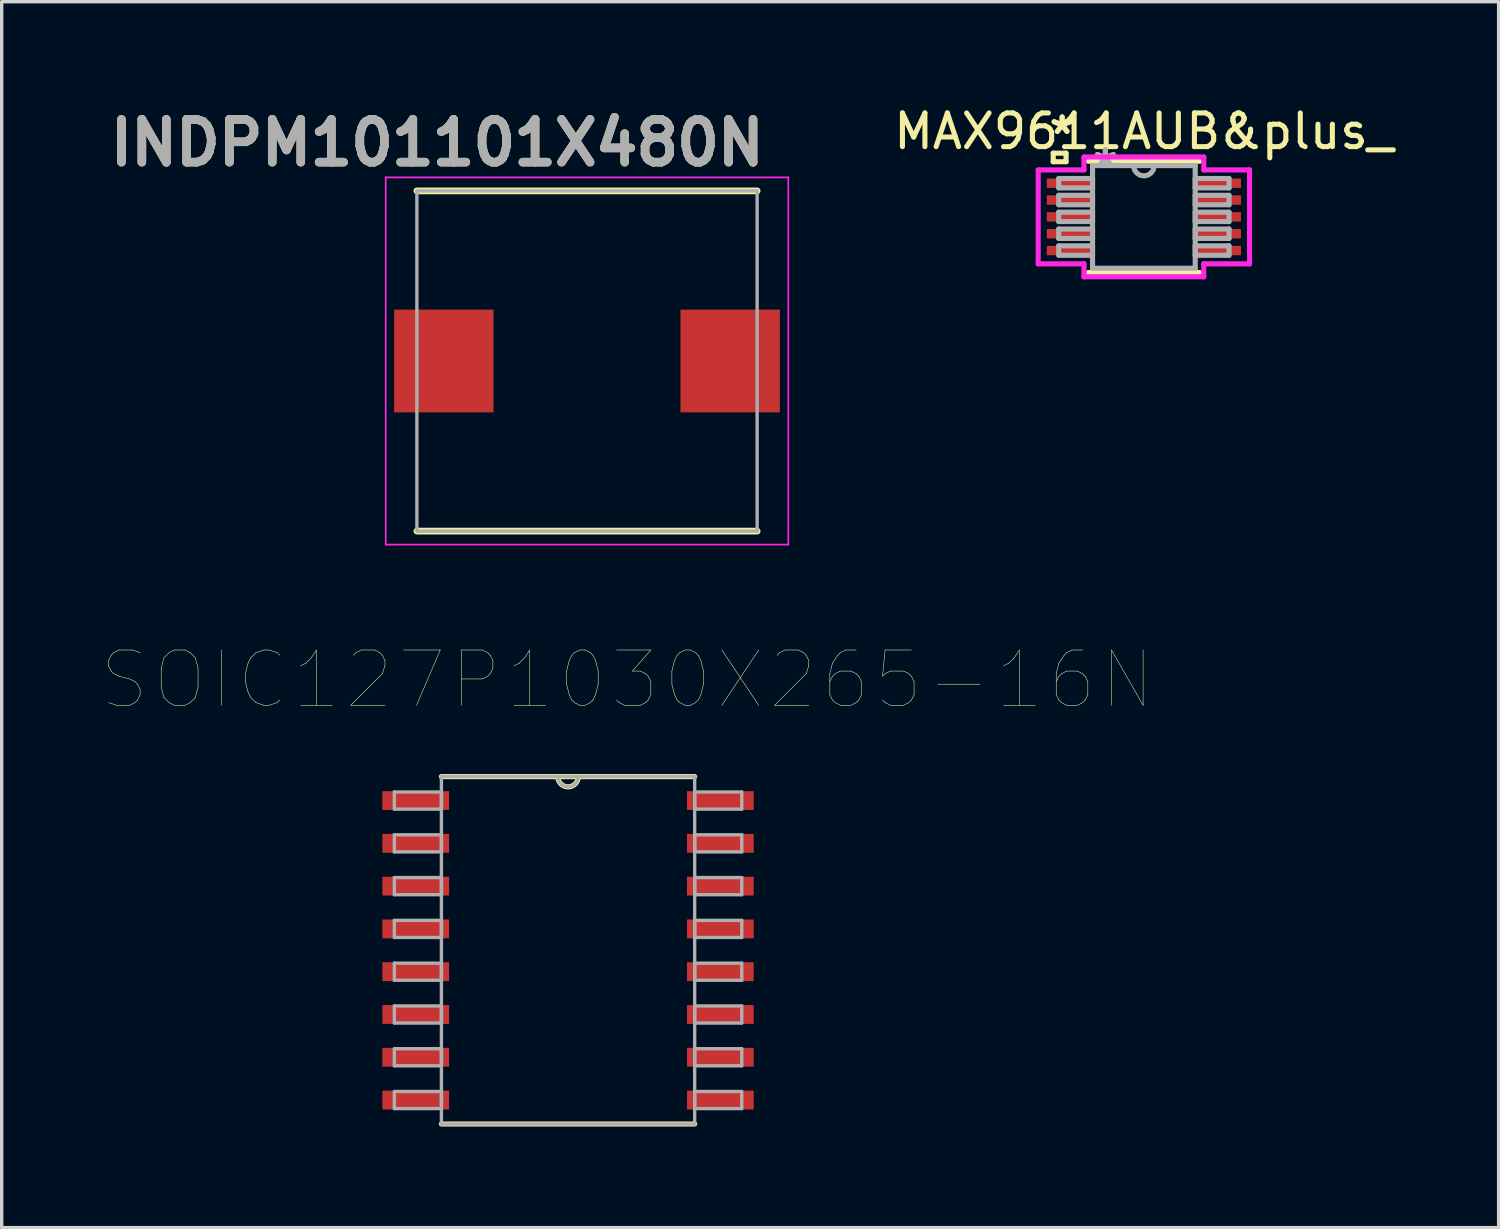
<source format=kicad_pcb>
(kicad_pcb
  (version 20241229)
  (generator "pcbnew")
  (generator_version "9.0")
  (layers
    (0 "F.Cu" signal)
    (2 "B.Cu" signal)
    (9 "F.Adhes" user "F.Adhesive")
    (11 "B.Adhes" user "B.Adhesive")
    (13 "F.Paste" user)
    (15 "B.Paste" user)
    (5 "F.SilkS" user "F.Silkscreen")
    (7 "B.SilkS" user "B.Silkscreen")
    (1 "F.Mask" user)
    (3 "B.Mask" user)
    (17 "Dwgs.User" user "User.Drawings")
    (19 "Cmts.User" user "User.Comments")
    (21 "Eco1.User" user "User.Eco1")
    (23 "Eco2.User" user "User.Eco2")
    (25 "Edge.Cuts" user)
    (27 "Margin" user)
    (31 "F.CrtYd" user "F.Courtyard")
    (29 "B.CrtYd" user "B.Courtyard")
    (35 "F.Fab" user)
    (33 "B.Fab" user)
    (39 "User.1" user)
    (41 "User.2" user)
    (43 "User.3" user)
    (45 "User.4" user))
  (footprint "MAX9611AUB&plus_"
    (layer "F.Cu")
    (at 30.905 3.388)
    (property "Reference" "MAX9611AUB&plus_" (at 0 -2.54 0) (layer "F.SilkS") (effects (font (size 1 1) (thickness 0.15))))
    (attr smd)
    (fp_line (start -2.691 -1.891) (end -2.31 -1.891) (stroke (width 0.152) (type solid)) (layer "F.SilkS"))
    (fp_line (start -2.691 -1.637) (end -2.691 -1.891) (stroke (width 0.152) (type solid)) (layer "F.SilkS"))
    (fp_line (start -2.31 -1.891) (end -2.31 -1.637) (stroke (width 0.152) (type solid)) (layer "F.SilkS"))
    (fp_line (start -2.31 -1.637) (end -2.691 -1.637) (stroke (width 0.152) (type solid)) (layer "F.SilkS"))
    (fp_line (start -1.651 1.651) (end 1.651 1.651) (stroke (width 0.152) (type solid)) (layer "F.SilkS"))
    (fp_line (start 1.651 -1.651) (end -1.651 -1.651) (stroke (width 0.152) (type solid)) (layer "F.SilkS"))
    (fp_line (start -3.137 -1.394) (end -1.778 -1.394) (stroke (width 0.152) (type solid)) (layer "F.CrtYd"))
    (fp_line (start -3.137 1.394) (end -3.137 -1.394) (stroke (width 0.152) (type solid)) (layer "F.CrtYd"))
    (fp_line (start -1.778 -1.778) (end 1.778 -1.778) (stroke (width 0.152) (type solid)) (layer "F.CrtYd"))
    (fp_line (start -1.778 -1.394) (end -1.778 -1.778) (stroke (width 0.152) (type solid)) (layer "F.CrtYd"))
    (fp_line (start -1.778 1.394) (end -3.137 1.394) (stroke (width 0.152) (type solid)) (layer "F.CrtYd"))
    (fp_line (start -1.778 1.778) (end -1.778 1.394) (stroke (width 0.152) (type solid)) (layer "F.CrtYd"))
    (fp_line (start 1.778 -1.778) (end 1.778 -1.394) (stroke (width 0.152) (type solid)) (layer "F.CrtYd"))
    (fp_line (start 1.778 -1.394) (end 3.137 -1.394) (stroke (width 0.152) (type solid)) (layer "F.CrtYd"))
    (fp_line (start 1.778 1.394) (end 1.778 1.778) (stroke (width 0.152) (type solid)) (layer "F.CrtYd"))
    (fp_line (start 1.778 1.778) (end -1.778 1.778) (stroke (width 0.152) (type solid)) (layer "F.CrtYd"))
    (fp_line (start 3.137 -1.394) (end 3.137 1.394) (stroke (width 0.152) (type solid)) (layer "F.CrtYd"))
    (fp_line (start 3.137 1.394) (end 1.778 1.394) (stroke (width 0.152) (type solid)) (layer "F.CrtYd"))
    (fp_line (start -2.527 -1.14) (end -2.527 -0.86) (stroke (width 0.152) (type solid)) (layer "F.Fab"))
    (fp_line (start -2.527 -0.86) (end -1.524 -0.86) (stroke (width 0.152) (type solid)) (layer "F.Fab"))
    (fp_line (start -2.527 -0.64) (end -2.527 -0.36) (stroke (width 0.152) (type solid)) (layer "F.Fab"))
    (fp_line (start -2.527 -0.36) (end -1.524 -0.36) (stroke (width 0.152) (type solid)) (layer "F.Fab"))
    (fp_line (start -2.527 -0.14) (end -2.527 0.14) (stroke (width 0.152) (type solid)) (layer "F.Fab"))
    (fp_line (start -2.527 0.14) (end -1.524 0.14) (stroke (width 0.152) (type solid)) (layer "F.Fab"))
    (fp_line (start -2.527 0.36) (end -2.527 0.64) (stroke (width 0.152) (type solid)) (layer "F.Fab"))
    (fp_line (start -2.527 0.64) (end -1.524 0.64) (stroke (width 0.152) (type solid)) (layer "F.Fab"))
    (fp_line (start -2.527 0.86) (end -2.527 1.14) (stroke (width 0.152) (type solid)) (layer "F.Fab"))
    (fp_line (start -2.527 1.14) (end -1.524 1.14) (stroke (width 0.152) (type solid)) (layer "F.Fab"))
    (fp_line (start -1.524 -1.524) (end -1.524 1.524) (stroke (width 0.152) (type solid)) (layer "F.Fab"))
    (fp_line (start -1.524 -1.14) (end -2.527 -1.14) (stroke (width 0.152) (type solid)) (layer "F.Fab"))
    (fp_line (start -1.524 -0.86) (end -1.524 -1.14) (stroke (width 0.152) (type solid)) (layer "F.Fab"))
    (fp_line (start -1.524 -0.64) (end -2.527 -0.64) (stroke (width 0.152) (type solid)) (layer "F.Fab"))
    (fp_line (start -1.524 -0.36) (end -1.524 -0.64) (stroke (width 0.152) (type solid)) (layer "F.Fab"))
    (fp_line (start -1.524 -0.14) (end -2.527 -0.14) (stroke (width 0.152) (type solid)) (layer "F.Fab"))
    (fp_line (start -1.524 0.14) (end -1.524 -0.14) (stroke (width 0.152) (type solid)) (layer "F.Fab"))
    (fp_line (start -1.524 0.36) (end -2.527 0.36) (stroke (width 0.152) (type solid)) (layer "F.Fab"))
    (fp_line (start -1.524 0.64) (end -1.524 0.36) (stroke (width 0.152) (type solid)) (layer "F.Fab"))
    (fp_line (start -1.524 0.86) (end -2.527 0.86) (stroke (width 0.152) (type solid)) (layer "F.Fab"))
    (fp_line (start -1.524 1.14) (end -1.524 0.86) (stroke (width 0.152) (type solid)) (layer "F.Fab"))
    (fp_line (start -1.524 1.524) (end 1.524 1.524) (stroke (width 0.152) (type solid)) (layer "F.Fab"))
    (fp_line (start 1.524 -1.524) (end -1.524 -1.524) (stroke (width 0.152) (type solid)) (layer "F.Fab"))
    (fp_line (start 1.524 -1.14) (end 1.524 -0.86) (stroke (width 0.152) (type solid)) (layer "F.Fab"))
    (fp_line (start 1.524 -0.86) (end 2.527 -0.86) (stroke (width 0.152) (type solid)) (layer "F.Fab"))
    (fp_line (start 1.524 -0.64) (end 1.524 -0.36) (stroke (width 0.152) (type solid)) (layer "F.Fab"))
    (fp_line (start 1.524 -0.36) (end 2.527 -0.36) (stroke (width 0.152) (type solid)) (layer "F.Fab"))
    (fp_line (start 1.524 -0.14) (end 1.524 0.14) (stroke (width 0.152) (type solid)) (layer "F.Fab"))
    (fp_line (start 1.524 0.14) (end 2.527 0.14) (stroke (width 0.152) (type solid)) (layer "F.Fab"))
    (fp_line (start 1.524 0.36) (end 1.524 0.64) (stroke (width 0.152) (type solid)) (layer "F.Fab"))
    (fp_line (start 1.524 0.64) (end 2.527 0.64) (stroke (width 0.152) (type solid)) (layer "F.Fab"))
    (fp_line (start 1.524 0.86) (end 1.524 1.14) (stroke (width 0.152) (type solid)) (layer "F.Fab"))
    (fp_line (start 1.524 1.14) (end 2.527 1.14) (stroke (width 0.152) (type solid)) (layer "F.Fab"))
    (fp_line (start 1.524 1.524) (end 1.524 -1.524) (stroke (width 0.152) (type solid)) (layer "F.Fab"))
    (fp_line (start 2.527 -1.14) (end 1.524 -1.14) (stroke (width 0.152) (type solid)) (layer "F.Fab"))
    (fp_line (start 2.527 -0.86) (end 2.527 -1.14) (stroke (width 0.152) (type solid)) (layer "F.Fab"))
    (fp_line (start 2.527 -0.64) (end 1.524 -0.64) (stroke (width 0.152) (type solid)) (layer "F.Fab"))
    (fp_line (start 2.527 -0.36) (end 2.527 -0.64) (stroke (width 0.152) (type solid)) (layer "F.Fab"))
    (fp_line (start 2.527 -0.14) (end 1.524 -0.14) (stroke (width 0.152) (type solid)) (layer "F.Fab"))
    (fp_line (start 2.527 0.14) (end 2.527 -0.14) (stroke (width 0.152) (type solid)) (layer "F.Fab"))
    (fp_line (start 2.527 0.36) (end 1.524 0.36) (stroke (width 0.152) (type solid)) (layer "F.Fab"))
    (fp_line (start 2.527 0.64) (end 2.527 0.36) (stroke (width 0.152) (type solid)) (layer "F.Fab"))
    (fp_line (start 2.527 0.86) (end 1.524 0.86) (stroke (width 0.152) (type solid)) (layer "F.Fab"))
    (fp_line (start 2.527 1.14) (end 2.527 0.86) (stroke (width 0.152) (type solid)) (layer "F.Fab"))
    (fp_arc (start 0.3048 -1.524) (mid 0 -1.2192) (end -0.3048 -1.524) (stroke (width 0.1524) (type solid)) (layer "F.Fab"))
    (fp_text user "*" (at -2.426 -2.422 0) (layer "F.SilkS") (effects (font (size 1 1) (thickness 0.15))))
    (fp_text user "*" (at -2.426 -2.422 0) (layer "F.SilkS") (effects (font (size 1 1) (thickness 0.15))))
    (fp_text user "*" (at -1.143 -1.448 0) (layer "F.Fab") (effects (font (size 1 1) (thickness 0.15))))
    (fp_text user "*" (at -1.143 -1.448 0) (layer "F.Fab") (effects (font (size 1 1) (thickness 0.15))))
    (pad "1" smd rect (at -2.172 -1) (size 1.422 0.279) (layers "F.Cu" "F.Mask" "F.Paste"))
    (pad "2" smd rect (at -2.172 -0.5) (size 1.422 0.279) (layers "F.Cu" "F.Mask" "F.Paste"))
    (pad "3" smd rect (at -2.172 0) (size 1.422 0.279) (layers "F.Cu" "F.Mask" "F.Paste"))
    (pad "4" smd rect (at -2.172 0.5) (size 1.422 0.279) (layers "F.Cu" "F.Mask" "F.Paste"))
    (pad "5" smd rect (at -2.172 1) (size 1.422 0.279) (layers "F.Cu" "F.Mask" "F.Paste"))
    (pad "6" smd rect (at 2.172 1) (size 1.422 0.279) (layers "F.Cu" "F.Mask" "F.Paste"))
    (pad "7" smd rect (at 2.172 0.5) (size 1.422 0.279) (layers "F.Cu" "F.Mask" "F.Paste"))
    (pad "8" smd rect (at 2.172 0) (size 1.422 0.279) (layers "F.Cu" "F.Mask" "F.Paste"))
    (pad "9" smd rect (at 2.172 -0.5) (size 1.422 0.279) (layers "F.Cu" "F.Mask" "F.Paste"))
    (pad "10" smd rect (at 2.172 -1) (size 1.422 0.279) (layers "F.Cu" "F.Mask" "F.Paste")))
  (footprint "SOIC127P1030X265-16N"
    (layer "F.Cu")
    (at 13.812 25.159)
    (property "Reference" "SOIC127P1030X265-16N" (at 1.754 -8.032 0) (layer "F.SilkS") (effects (font (size 1.641 1.641) (thickness 0.015))))
    (attr through_hole)
    (fp_line (start -3.759 5.156) (end 3.759 5.156) (stroke (width 0.152) (type solid)) (layer "F.SilkS"))
    (fp_line (start -0.305 -5.156) (end -3.759 -5.156) (stroke (width 0.152) (type solid)) (layer "F.SilkS"))
    (fp_line (start 0.305 -5.156) (end -0.305 -5.156) (stroke (width 0.152) (type solid)) (layer "F.SilkS"))
    (fp_line (start 3.759 -5.156) (end 0.305 -5.156) (stroke (width 0.152) (type solid)) (layer "F.SilkS"))
    (fp_arc (start 0.3048 -5.1562) (mid 0 -4.8514) (end -0.3048 -5.1562) (stroke (width 0.1524) (type solid)) (layer "F.SilkS"))
    (fp_line (start -5.156 -4.699) (end -5.156 -4.191) (stroke (width 0.1) (type solid)) (layer "F.Fab"))
    (fp_line (start -5.156 -4.191) (end -3.759 -4.191) (stroke (width 0.1) (type solid)) (layer "F.Fab"))
    (fp_line (start -5.156 -3.429) (end -5.156 -2.921) (stroke (width 0.1) (type solid)) (layer "F.Fab"))
    (fp_line (start -5.156 -2.921) (end -3.759 -2.921) (stroke (width 0.1) (type solid)) (layer "F.Fab"))
    (fp_line (start -5.156 -2.159) (end -5.156 -1.651) (stroke (width 0.1) (type solid)) (layer "F.Fab"))
    (fp_line (start -5.156 -1.651) (end -3.759 -1.651) (stroke (width 0.1) (type solid)) (layer "F.Fab"))
    (fp_line (start -5.156 -0.889) (end -5.156 -0.381) (stroke (width 0.1) (type solid)) (layer "F.Fab"))
    (fp_line (start -5.156 -0.381) (end -3.759 -0.381) (stroke (width 0.1) (type solid)) (layer "F.Fab"))
    (fp_line (start -5.156 0.381) (end -5.156 0.889) (stroke (width 0.1) (type solid)) (layer "F.Fab"))
    (fp_line (start -5.156 0.889) (end -3.759 0.889) (stroke (width 0.1) (type solid)) (layer "F.Fab"))
    (fp_line (start -5.156 1.651) (end -5.156 2.159) (stroke (width 0.1) (type solid)) (layer "F.Fab"))
    (fp_line (start -5.156 2.159) (end -3.759 2.159) (stroke (width 0.1) (type solid)) (layer "F.Fab"))
    (fp_line (start -5.156 2.921) (end -5.156 3.429) (stroke (width 0.1) (type solid)) (layer "F.Fab"))
    (fp_line (start -5.156 3.429) (end -3.759 3.429) (stroke (width 0.1) (type solid)) (layer "F.Fab"))
    (fp_line (start -5.156 4.191) (end -5.156 4.699) (stroke (width 0.1) (type solid)) (layer "F.Fab"))
    (fp_line (start -5.156 4.699) (end -3.759 4.699) (stroke (width 0.1) (type solid)) (layer "F.Fab"))
    (fp_line (start -3.759 -5.156) (end -3.759 5.156) (stroke (width 0.1) (type solid)) (layer "F.Fab"))
    (fp_line (start -3.759 -4.699) (end -5.156 -4.699) (stroke (width 0.1) (type solid)) (layer "F.Fab"))
    (fp_line (start -3.759 -4.191) (end -3.759 -4.699) (stroke (width 0.1) (type solid)) (layer "F.Fab"))
    (fp_line (start -3.759 -3.429) (end -5.156 -3.429) (stroke (width 0.1) (type solid)) (layer "F.Fab"))
    (fp_line (start -3.759 -2.921) (end -3.759 -3.429) (stroke (width 0.1) (type solid)) (layer "F.Fab"))
    (fp_line (start -3.759 -2.159) (end -5.156 -2.159) (stroke (width 0.1) (type solid)) (layer "F.Fab"))
    (fp_line (start -3.759 -1.651) (end -3.759 -2.159) (stroke (width 0.1) (type solid)) (layer "F.Fab"))
    (fp_line (start -3.759 -0.889) (end -5.156 -0.889) (stroke (width 0.1) (type solid)) (layer "F.Fab"))
    (fp_line (start -3.759 -0.381) (end -3.759 -0.889) (stroke (width 0.1) (type solid)) (layer "F.Fab"))
    (fp_line (start -3.759 0.381) (end -5.156 0.381) (stroke (width 0.1) (type solid)) (layer "F.Fab"))
    (fp_line (start -3.759 0.889) (end -3.759 0.381) (stroke (width 0.1) (type solid)) (layer "F.Fab"))
    (fp_line (start -3.759 1.651) (end -5.156 1.651) (stroke (width 0.1) (type solid)) (layer "F.Fab"))
    (fp_line (start -3.759 2.159) (end -3.759 1.651) (stroke (width 0.1) (type solid)) (layer "F.Fab"))
    (fp_line (start -3.759 2.921) (end -5.156 2.921) (stroke (width 0.1) (type solid)) (layer "F.Fab"))
    (fp_line (start -3.759 3.429) (end -3.759 2.921) (stroke (width 0.1) (type solid)) (layer "F.Fab"))
    (fp_line (start -3.759 4.191) (end -5.156 4.191) (stroke (width 0.1) (type solid)) (layer "F.Fab"))
    (fp_line (start -3.759 4.699) (end -3.759 4.191) (stroke (width 0.1) (type solid)) (layer "F.Fab"))
    (fp_line (start -3.759 5.156) (end 3.759 5.156) (stroke (width 0.1) (type solid)) (layer "F.Fab"))
    (fp_line (start -0.305 -5.156) (end -3.759 -5.156) (stroke (width 0.1) (type solid)) (layer "F.Fab"))
    (fp_line (start 0.305 -5.156) (end -0.305 -5.156) (stroke (width 0.1) (type solid)) (layer "F.Fab"))
    (fp_line (start 3.759 -5.156) (end 0.305 -5.156) (stroke (width 0.1) (type solid)) (layer "F.Fab"))
    (fp_line (start 3.759 -4.699) (end 3.759 -4.191) (stroke (width 0.1) (type solid)) (layer "F.Fab"))
    (fp_line (start 3.759 -4.191) (end 5.156 -4.191) (stroke (width 0.1) (type solid)) (layer "F.Fab"))
    (fp_line (start 3.759 -3.429) (end 3.759 -2.921) (stroke (width 0.1) (type solid)) (layer "F.Fab"))
    (fp_line (start 3.759 -2.921) (end 5.156 -2.921) (stroke (width 0.1) (type solid)) (layer "F.Fab"))
    (fp_line (start 3.759 -2.159) (end 3.759 -1.651) (stroke (width 0.1) (type solid)) (layer "F.Fab"))
    (fp_line (start 3.759 -1.651) (end 5.156 -1.651) (stroke (width 0.1) (type solid)) (layer "F.Fab"))
    (fp_line (start 3.759 -0.889) (end 3.759 -0.381) (stroke (width 0.1) (type solid)) (layer "F.Fab"))
    (fp_line (start 3.759 -0.381) (end 5.156 -0.381) (stroke (width 0.1) (type solid)) (layer "F.Fab"))
    (fp_line (start 3.759 0.381) (end 3.759 0.889) (stroke (width 0.1) (type solid)) (layer "F.Fab"))
    (fp_line (start 3.759 0.889) (end 5.156 0.889) (stroke (width 0.1) (type solid)) (layer "F.Fab"))
    (fp_line (start 3.759 1.651) (end 3.759 2.159) (stroke (width 0.1) (type solid)) (layer "F.Fab"))
    (fp_line (start 3.759 2.159) (end 5.156 2.159) (stroke (width 0.1) (type solid)) (layer "F.Fab"))
    (fp_line (start 3.759 2.921) (end 3.759 3.429) (stroke (width 0.1) (type solid)) (layer "F.Fab"))
    (fp_line (start 3.759 3.429) (end 5.156 3.429) (stroke (width 0.1) (type solid)) (layer "F.Fab"))
    (fp_line (start 3.759 4.191) (end 3.759 4.699) (stroke (width 0.1) (type solid)) (layer "F.Fab"))
    (fp_line (start 3.759 4.699) (end 5.156 4.699) (stroke (width 0.1) (type solid)) (layer "F.Fab"))
    (fp_line (start 3.759 5.156) (end 3.759 -5.156) (stroke (width 0.1) (type solid)) (layer "F.Fab"))
    (fp_line (start 5.156 -4.699) (end 3.759 -4.699) (stroke (width 0.1) (type solid)) (layer "F.Fab"))
    (fp_line (start 5.156 -4.191) (end 5.156 -4.699) (stroke (width 0.1) (type solid)) (layer "F.Fab"))
    (fp_line (start 5.156 -3.429) (end 3.759 -3.429) (stroke (width 0.1) (type solid)) (layer "F.Fab"))
    (fp_line (start 5.156 -2.921) (end 5.156 -3.429) (stroke (width 0.1) (type solid)) (layer "F.Fab"))
    (fp_line (start 5.156 -2.159) (end 3.759 -2.159) (stroke (width 0.1) (type solid)) (layer "F.Fab"))
    (fp_line (start 5.156 -1.651) (end 5.156 -2.159) (stroke (width 0.1) (type solid)) (layer "F.Fab"))
    (fp_line (start 5.156 -0.889) (end 3.759 -0.889) (stroke (width 0.1) (type solid)) (layer "F.Fab"))
    (fp_line (start 5.156 -0.381) (end 5.156 -0.889) (stroke (width 0.1) (type solid)) (layer "F.Fab"))
    (fp_line (start 5.156 0.381) (end 3.759 0.381) (stroke (width 0.1) (type solid)) (layer "F.Fab"))
    (fp_line (start 5.156 0.889) (end 5.156 0.381) (stroke (width 0.1) (type solid)) (layer "F.Fab"))
    (fp_line (start 5.156 1.651) (end 3.759 1.651) (stroke (width 0.1) (type solid)) (layer "F.Fab"))
    (fp_line (start 5.156 2.159) (end 5.156 1.651) (stroke (width 0.1) (type solid)) (layer "F.Fab"))
    (fp_line (start 5.156 2.921) (end 3.759 2.921) (stroke (width 0.1) (type solid)) (layer "F.Fab"))
    (fp_line (start 5.156 3.429) (end 5.156 2.921) (stroke (width 0.1) (type solid)) (layer "F.Fab"))
    (fp_line (start 5.156 4.191) (end 3.759 4.191) (stroke (width 0.1) (type solid)) (layer "F.Fab"))
    (fp_line (start 5.156 4.699) (end 5.156 4.191) (stroke (width 0.1) (type solid)) (layer "F.Fab"))
    (fp_arc (start 0.3048 -5.1562) (mid 0 -4.8514) (end -0.3048 -5.1562) (stroke (width 0.1) (type solid)) (layer "F.Fab"))
    (pad "1" smd rect (at -4.521 -4.445) (size 1.981 0.559) (layers "F.Cu" "F.Mask" "F.Paste"))
    (pad "2" smd rect (at -4.521 -3.175) (size 1.981 0.559) (layers "F.Cu" "F.Mask" "F.Paste"))
    (pad "3" smd rect (at -4.521 -1.905) (size 1.981 0.559) (layers "F.Cu" "F.Mask" "F.Paste"))
    (pad "4" smd rect (at -4.521 -0.635) (size 1.981 0.559) (layers "F.Cu" "F.Mask" "F.Paste"))
    (pad "5" smd rect (at -4.521 0.635) (size 1.981 0.559) (layers "F.Cu" "F.Mask" "F.Paste"))
    (pad "6" smd rect (at -4.521 1.905) (size 1.981 0.559) (layers "F.Cu" "F.Mask" "F.Paste"))
    (pad "7" smd rect (at -4.521 3.175) (size 1.981 0.559) (layers "F.Cu" "F.Mask" "F.Paste"))
    (pad "8" smd rect (at -4.521 4.445) (size 1.981 0.559) (layers "F.Cu" "F.Mask" "F.Paste"))
    (pad "9" smd rect (at 4.521 4.445) (size 1.981 0.559) (layers "F.Cu" "F.Mask" "F.Paste"))
    (pad "10" smd rect (at 4.521 3.175) (size 1.981 0.559) (layers "F.Cu" "F.Mask" "F.Paste"))
    (pad "11" smd rect (at 4.521 1.905) (size 1.981 0.559) (layers "F.Cu" "F.Mask" "F.Paste"))
    (pad "12" smd rect (at 4.521 0.635) (size 1.981 0.559) (layers "F.Cu" "F.Mask" "F.Paste"))
    (pad "13" smd rect (at 4.521 -0.635) (size 1.981 0.559) (layers "F.Cu" "F.Mask" "F.Paste"))
    (pad "14" smd rect (at 4.521 -1.905) (size 1.981 0.559) (layers "F.Cu" "F.Mask" "F.Paste"))
    (pad "15" smd rect (at 4.521 -3.175) (size 1.981 0.559) (layers "F.Cu" "F.Mask" "F.Paste"))
    (pad "16" smd rect (at 4.521 -4.445) (size 1.981 0.559) (layers "F.Cu" "F.Mask" "F.Paste")))
  (footprint "INDPM101101X480N"
    (layer "F.Cu")
    (at 14.375 7.666)
    (property "Reference" "INDPM101101X480N" (at -4.445 -6.477 0) (layer "F.SilkS") (effects (font (size 1.27 1.27) (thickness 0.254))))
    (attr smd)
    (fp_line (start -5.05 5.05) (end 5.05 5.05) (stroke (width 0.2) (type solid)) (layer "F.SilkS"))
    (fp_line (start 5.05 -5.05) (end -5.05 -5.05) (stroke (width 0.2) (type solid)) (layer "F.SilkS"))
    (fp_line (start -5.975 -5.45) (end 5.975 -5.45) (stroke (width 0.05) (type solid)) (layer "F.CrtYd"))
    (fp_line (start -5.975 5.45) (end -5.975 -5.45) (stroke (width 0.05) (type solid)) (layer "F.CrtYd"))
    (fp_line (start 5.975 -5.45) (end 5.975 5.45) (stroke (width 0.05) (type solid)) (layer "F.CrtYd"))
    (fp_line (start 5.975 5.45) (end -5.975 5.45) (stroke (width 0.05) (type solid)) (layer "F.CrtYd"))
    (fp_line (start -5.05 -5.05) (end 5.05 -5.05) (stroke (width 0.1) (type solid)) (layer "F.Fab"))
    (fp_line (start -5.05 5.05) (end -5.05 -5.05) (stroke (width 0.1) (type solid)) (layer "F.Fab"))
    (fp_line (start 5.05 -5.05) (end 5.05 5.05) (stroke (width 0.1) (type solid)) (layer "F.Fab"))
    (fp_line (start 5.05 5.05) (end -5.05 5.05) (stroke (width 0.1) (type solid)) (layer "F.Fab"))
    (fp_text user "${REFERENCE}" (at -4.445 -6.477 0) (layer "F.Fab") (effects (font (size 1.27 1.27) (thickness 0.254))))
    (pad "1" smd rect (at -4.25 0) (size 2.95 3.05) (layers "F.Cu" "F.Mask" "F.Paste"))
    (pad "2" smd rect (at 4.25 0) (size 2.95 3.05) (layers "F.Cu" "F.Mask" "F.Paste")))
  (gr_rect
    (start -3 -3)
    (end 41.435 33.391)
    (stroke (width 0.1) (type default))
    (fill no)
    (layer "Edge.Cuts")))
</source>
